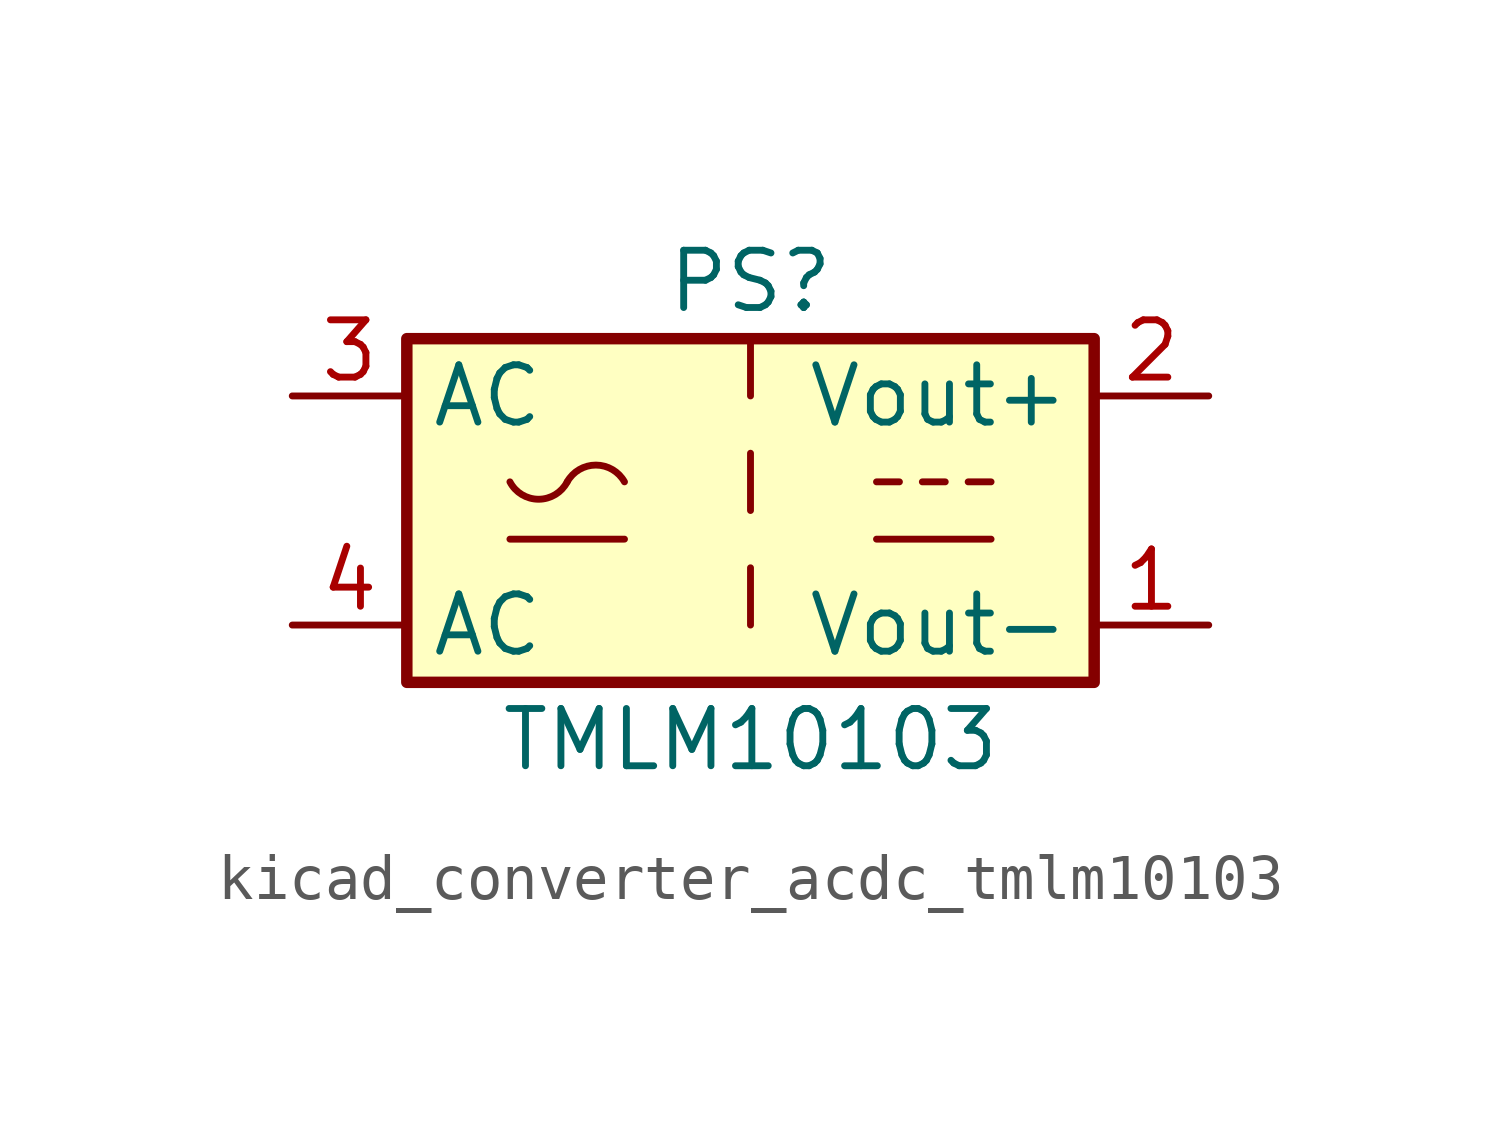
<source format=kicad_sym>
(kicad_symbol_lib
  (version 20220914)
  (generator kicad_symbol_editor)
  (symbol "kicad_converter_acdc_tmlm10103"
    (property "Reference" "PS"
      (at 0 5.08 0)
      (effects (font (size 1.27 1.27))))
    (property "Value" "TMLM10103"
      (at 0 -5.08 0)
      (effects (font (size 1.27 1.27))))
    (symbol "kicad_converter_acdc_tmlm10103_0_1"
      (rectangle (start -7.62 3.81) (end 7.62 -3.81) (stroke (width 0.254) (type default)) (fill (type background)))
      (arc (start -5.334 0.635) (mid -4.699 0.2495) (end -4.064 0.635) (stroke (width 0) (type default)) (fill (type none)))
      (arc (start -2.794 0.635) (mid -3.429 1.0072) (end -4.064 0.635) (stroke (width 0) (type default)) (fill (type none)))
      (polyline (pts (xy -5.334 -0.635) (xy -2.794 -0.635)) (stroke (width 0) (type default)) (fill (type none)))
      (polyline (pts (xy 2.794 -0.635) (xy 5.334 -0.635)) (stroke (width 0) (type default)) (fill (type none)))
      (polyline (pts (xy 2.794 0.635) (xy 3.302 0.635)) (stroke (width 0) (type default)) (fill (type none)))
      (polyline (pts (xy 3.81 0.635) (xy 4.318 0.635)) (stroke (width 0) (type default)) (fill (type none)))
      (polyline (pts (xy 4.826 0.635) (xy 5.334 0.635)) (stroke (width 0) (type default)) (fill (type none))))
    (symbol "kicad_converter_acdc_tmlm10103_1_1"
      (polyline (pts (xy 0 -1.27) (xy 0 -2.54)) (stroke (width 0) (type default)) (fill (type none)))
      (polyline (pts (xy 0 1.27) (xy 0 0)) (stroke (width 0) (type default)) (fill (type none)))
      (polyline (pts (xy 0 3.81) (xy 0 2.54)) (stroke (width 0) (type default)) (fill (type none)))
      (pin power_out line (at 10.16 -2.54 180) (length 2.54) (name "Vout-" (effects (font (size 1.27 1.27)))) (number "1" (effects (font (size 1.27 1.27)))))
      (pin power_out line (at 10.16 2.54 180) (length 2.54) (name "Vout+" (effects (font (size 1.27 1.27)))) (number "2" (effects (font (size 1.27 1.27)))))
      (pin power_in line (at -10.16 2.54 0) (length 2.54) (name "AC" (effects (font (size 1.27 1.27)))) (number "3" (effects (font (size 1.27 1.27)))))
      (pin power_in line (at -10.16 -2.54 0) (length 2.54) (name "AC" (effects (font (size 1.27 1.27)))) (number "4" (effects (font (size 1.27 1.27))))))))
</source>
